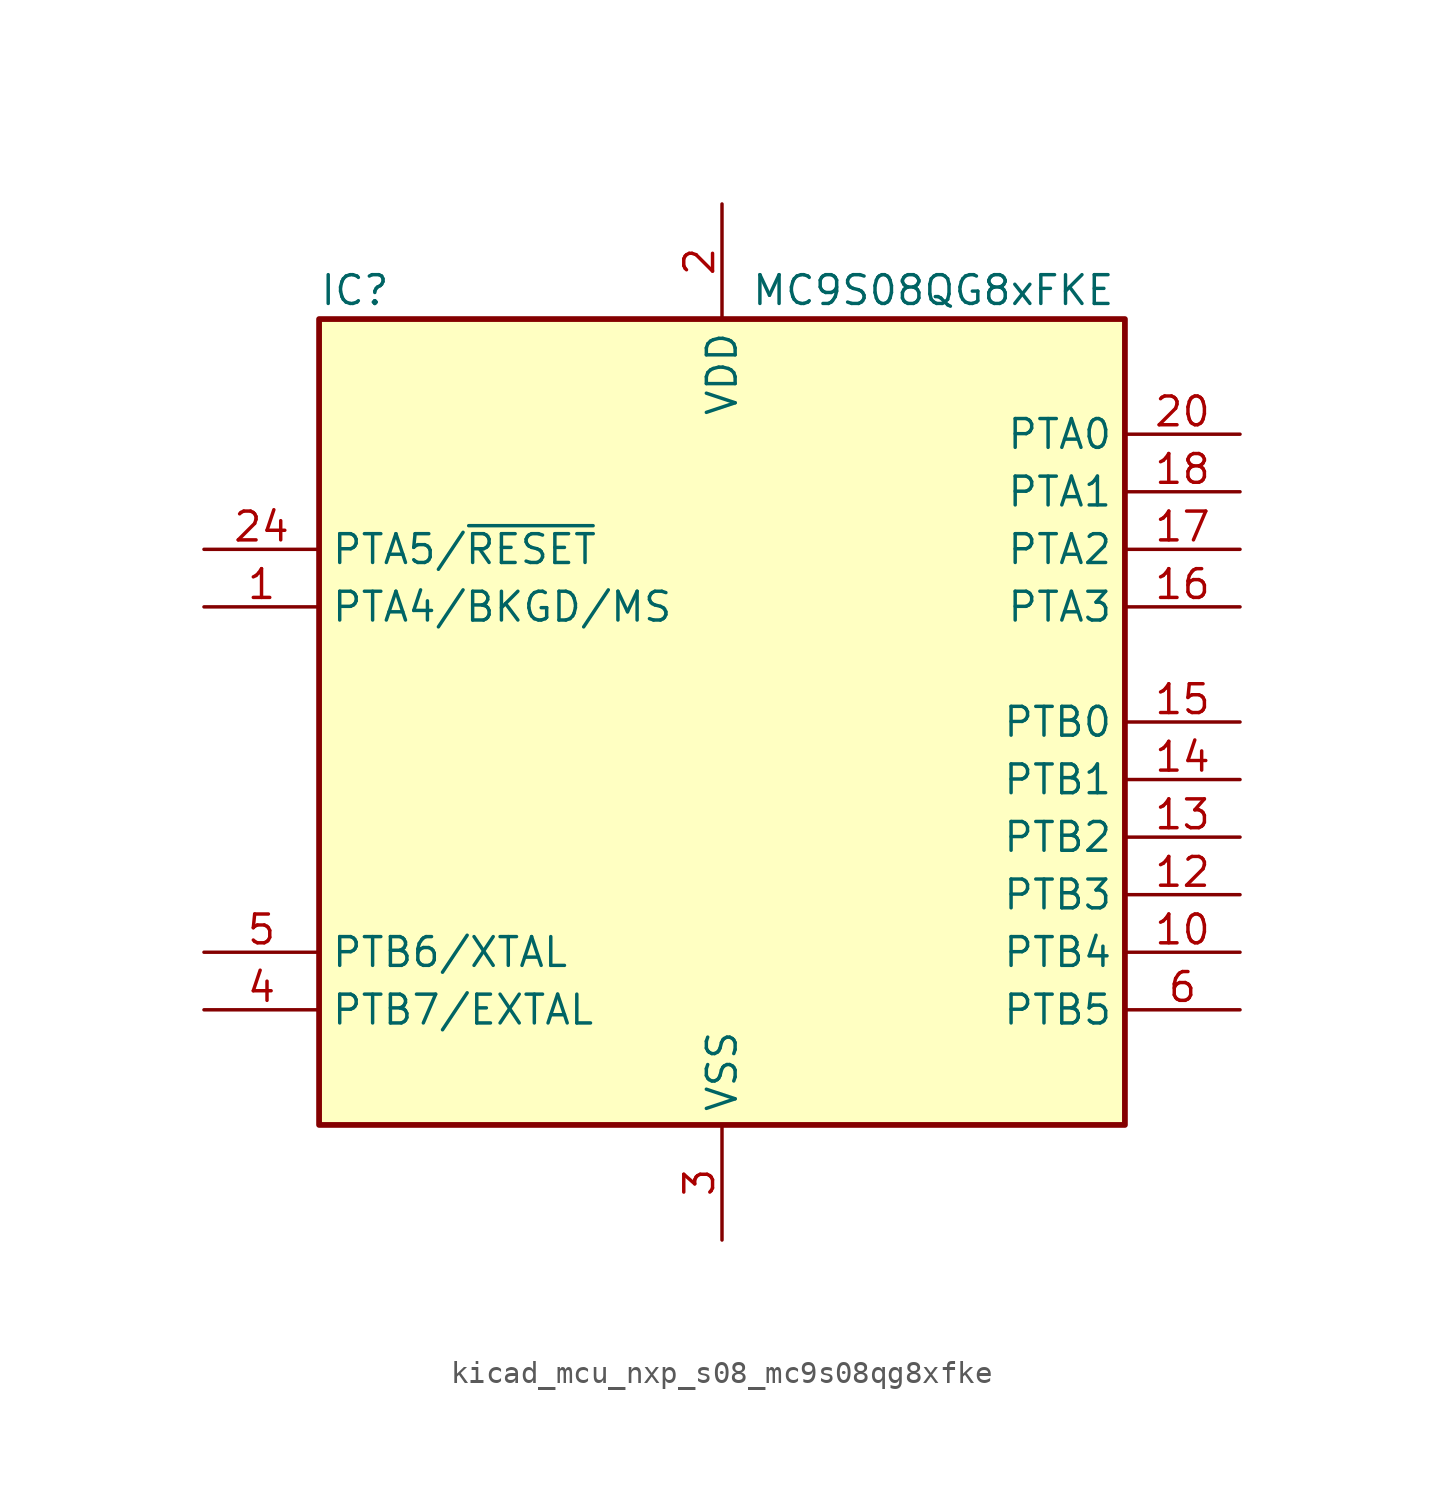
<source format=kicad_sym>
(kicad_symbol_lib
  (version 20220914)
  (generator kicad_symbol_editor)
  (symbol "kicad_mcu_nxp_s08_mc9s08qg8xfke"
    (property "Reference" "IC"
      (at -17.78 19.05 0)
      (effects (font (size 1.27 1.27)) (justify left)))
    (property "Value" "MC9S08QG8xFKE"
      (at 1.27 19.05 0)
      (effects (font (size 1.27 1.27)) (justify left)))
    (symbol "kicad_mcu_nxp_s08_mc9s08qg8xfke_0_1"
      (rectangle (start -17.78 17.78) (end 17.78 -17.78) (stroke (width 0.254) (type default)) (fill (type background))))
    (symbol "kicad_mcu_nxp_s08_mc9s08qg8xfke_1_1"
      (pin bidirectional line (at -22.86 5.08 0) (length 5.08) (name "PTA4/BKGD/MS" (effects (font (size 1.27 1.27)))) (number "1" (effects (font (size 1.27 1.27)))))
      (pin bidirectional line (at 22.86 -10.16 180) (length 5.08) (name "PTB4" (effects (font (size 1.27 1.27)))) (number "10" (effects (font (size 1.27 1.27)))))
      (pin bidirectional line (at 22.86 -7.62 180) (length 5.08) (name "PTB3" (effects (font (size 1.27 1.27)))) (number "12" (effects (font (size 1.27 1.27)))))
      (pin bidirectional line (at 22.86 -5.08 180) (length 5.08) (name "PTB2" (effects (font (size 1.27 1.27)))) (number "13" (effects (font (size 1.27 1.27)))))
      (pin bidirectional line (at 22.86 -2.54 180) (length 5.08) (name "PTB1" (effects (font (size 1.27 1.27)))) (number "14" (effects (font (size 1.27 1.27)))))
      (pin bidirectional line (at 22.86 0 180) (length 5.08) (name "PTB0" (effects (font (size 1.27 1.27)))) (number "15" (effects (font (size 1.27 1.27)))))
      (pin bidirectional line (at 22.86 5.08 180) (length 5.08) (name "PTA3" (effects (font (size 1.27 1.27)))) (number "16" (effects (font (size 1.27 1.27)))))
      (pin bidirectional line (at 22.86 7.62 180) (length 5.08) (name "PTA2" (effects (font (size 1.27 1.27)))) (number "17" (effects (font (size 1.27 1.27)))))
      (pin bidirectional line (at 22.86 10.16 180) (length 5.08) (name "PTA1" (effects (font (size 1.27 1.27)))) (number "18" (effects (font (size 1.27 1.27)))))
      (pin power_in line (at 0 22.86 270) (length 5.08) (name "VDD" (effects (font (size 1.27 1.27)))) (number "2" (effects (font (size 1.27 1.27)))))
      (pin bidirectional line (at 22.86 12.7 180) (length 5.08) (name "PTA0" (effects (font (size 1.27 1.27)))) (number "20" (effects (font (size 1.27 1.27)))))
      (pin bidirectional line (at -22.86 7.62 0) (length 5.08) (name "PTA5/~{RESET}" (effects (font (size 1.27 1.27)))) (number "24" (effects (font (size 1.27 1.27)))))
      (pin power_in line (at 0 -22.86 90) (length 5.08) (name "VSS" (effects (font (size 1.27 1.27)))) (number "3" (effects (font (size 1.27 1.27)))))
      (pin bidirectional line (at -22.86 -12.7 0) (length 5.08) (name "PTB7/EXTAL" (effects (font (size 1.27 1.27)))) (number "4" (effects (font (size 1.27 1.27)))))
      (pin bidirectional line (at -22.86 -10.16 0) (length 5.08) (name "PTB6/XTAL" (effects (font (size 1.27 1.27)))) (number "5" (effects (font (size 1.27 1.27)))))
      (pin bidirectional line (at 22.86 -12.7 180) (length 5.08) (name "PTB5" (effects (font (size 1.27 1.27)))) (number "6" (effects (font (size 1.27 1.27))))))))
</source>
